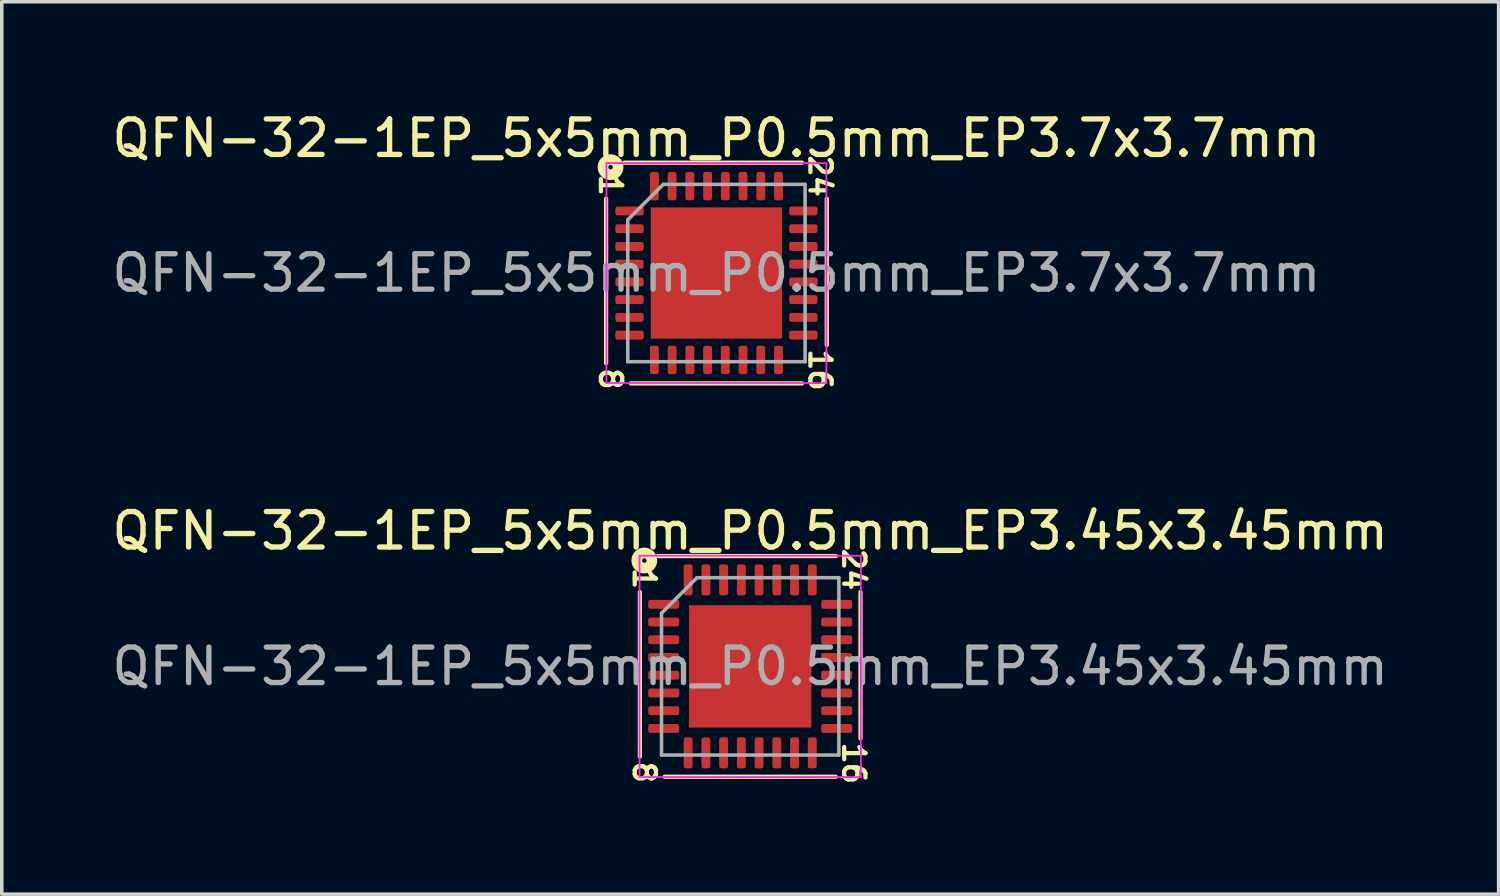
<source format=kicad_pcb>
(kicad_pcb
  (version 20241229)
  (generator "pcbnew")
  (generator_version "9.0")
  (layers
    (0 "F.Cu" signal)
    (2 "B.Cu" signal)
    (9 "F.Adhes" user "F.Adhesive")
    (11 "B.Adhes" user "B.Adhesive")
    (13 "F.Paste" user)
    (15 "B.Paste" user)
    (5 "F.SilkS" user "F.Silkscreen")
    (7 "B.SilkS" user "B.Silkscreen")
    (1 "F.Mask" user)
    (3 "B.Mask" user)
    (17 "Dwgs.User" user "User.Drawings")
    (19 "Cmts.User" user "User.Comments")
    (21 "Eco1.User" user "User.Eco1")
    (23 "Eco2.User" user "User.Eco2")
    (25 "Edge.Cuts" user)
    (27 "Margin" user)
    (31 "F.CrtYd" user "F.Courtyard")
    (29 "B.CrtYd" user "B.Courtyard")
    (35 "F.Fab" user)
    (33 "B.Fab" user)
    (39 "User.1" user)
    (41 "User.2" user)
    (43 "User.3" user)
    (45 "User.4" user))
  (footprint "QFN-32-1EP_5x5mm_P0.5mm_EP3.7x3.7mm"
    (layer "F.Cu")
    (at 17.149 4.648)
    (property "Reference" "QFN-32-1EP_5x5mm_P0.5mm_EP3.7x3.7mm" (at 0 -3.8 0) (layer "F.SilkS") (effects (font (size 1 1) (thickness 0.15))))
    (attr smd)
    (fp_line (start -3.111 -2.095) (end -3.111 2.54) (stroke (width 0.12) (type solid)) (layer "F.SilkS"))
    (fp_line (start -2.413 3.111) (end 2.413 3.111) (stroke (width 0.12) (type solid)) (layer "F.SilkS"))
    (fp_line (start 2.413 -3.111) (end -2.603 -3.111) (stroke (width 0.12) (type solid)) (layer "F.SilkS"))
    (fp_line (start 3.111 2.032) (end 3.111 -2.095) (stroke (width 0.12) (type solid)) (layer "F.SilkS"))
    (fp_circle (center -2.985 -2.985) (end -2.921 -2.985) (stroke (width 0.3) (type solid)) (fill no) (layer "F.SilkS"))
    (fp_line (start -3.1 -3.1) (end -3.1 3.1) (stroke (width 0.05) (type solid)) (layer "F.CrtYd"))
    (fp_line (start -3.1 3.1) (end 3.1 3.1) (stroke (width 0.05) (type solid)) (layer "F.CrtYd"))
    (fp_line (start 3.1 -3.1) (end -3.1 -3.1) (stroke (width 0.05) (type solid)) (layer "F.CrtYd"))
    (fp_line (start 3.1 3.1) (end 3.1 -3.1) (stroke (width 0.05) (type solid)) (layer "F.CrtYd"))
    (fp_line (start -2.5 -1.5) (end -1.5 -2.5) (stroke (width 0.1) (type solid)) (layer "F.Fab"))
    (fp_line (start -2.5 2.5) (end -2.5 -1.5) (stroke (width 0.1) (type solid)) (layer "F.Fab"))
    (fp_line (start -1.5 -2.5) (end 2.5 -2.5) (stroke (width 0.1) (type solid)) (layer "F.Fab"))
    (fp_line (start 2.5 -2.5) (end 2.5 2.5) (stroke (width 0.1) (type solid)) (layer "F.Fab"))
    (fp_line (start 2.5 2.5) (end -2.5 2.5) (stroke (width 0.1) (type solid)) (layer "F.Fab"))
    (fp_text user "8" (at -2.985 2.985 270) (unlocked yes) (layer "F.SilkS") (effects (font (size 0.6 0.6) (thickness 0.12))))
    (fp_text user "1" (at -2.985 -2.477 270) (unlocked yes) (layer "F.SilkS") (effects (font (size 0.6 0.6) (thickness 0.12))))
    (fp_text user "24" (at 2.921 -2.731 270) (unlocked yes) (layer "F.SilkS") (effects (font (size 0.6 0.6) (thickness 0.12))))
    (fp_text user "16" (at 2.921 2.731 270) (unlocked yes) (layer "F.SilkS") (effects (font (size 0.6 0.6) (thickness 0.12))))
    (fp_text user "${REFERENCE}" (at 0 0 0) (layer "F.Fab") (effects (font (size 1 1) (thickness 0.15))))
    (pad "" smd roundrect (at -0.925 -0.925) (size 1.49 1.49) (layers "F.Paste") (roundrect_rratio 0.168))
    (pad "" smd roundrect (at -0.925 0.925) (size 1.49 1.49) (layers "F.Paste") (roundrect_rratio 0.168))
    (pad "" smd roundrect (at 0.925 -0.925) (size 1.49 1.49) (layers "F.Paste") (roundrect_rratio 0.168))
    (pad "" smd roundrect (at 0.925 0.925) (size 1.49 1.49) (layers "F.Paste") (roundrect_rratio 0.168))
    (pad "1" smd roundrect (at -2.45 -1.75) (size 0.8 0.25) (layers "F.Cu" "F.Mask" "F.Paste") (roundrect_rratio 0.25))
    (pad "2" smd roundrect (at -2.45 -1.25) (size 0.8 0.25) (layers "F.Cu" "F.Mask" "F.Paste") (roundrect_rratio 0.25))
    (pad "3" smd roundrect (at -2.45 -0.75) (size 0.8 0.25) (layers "F.Cu" "F.Mask" "F.Paste") (roundrect_rratio 0.25))
    (pad "4" smd roundrect (at -2.45 -0.25) (size 0.8 0.25) (layers "F.Cu" "F.Mask" "F.Paste") (roundrect_rratio 0.25))
    (pad "5" smd roundrect (at -2.45 0.25) (size 0.8 0.25) (layers "F.Cu" "F.Mask" "F.Paste") (roundrect_rratio 0.25))
    (pad "6" smd roundrect (at -2.45 0.75) (size 0.8 0.25) (layers "F.Cu" "F.Mask" "F.Paste") (roundrect_rratio 0.25))
    (pad "7" smd roundrect (at -2.45 1.25) (size 0.8 0.25) (layers "F.Cu" "F.Mask" "F.Paste") (roundrect_rratio 0.25))
    (pad "8" smd roundrect (at -2.45 1.75) (size 0.8 0.25) (layers "F.Cu" "F.Mask" "F.Paste") (roundrect_rratio 0.25))
    (pad "9" smd roundrect (at -1.75 2.45) (size 0.25 0.8) (layers "F.Cu" "F.Mask" "F.Paste") (roundrect_rratio 0.25))
    (pad "10" smd roundrect (at -1.25 2.45) (size 0.25 0.8) (layers "F.Cu" "F.Mask" "F.Paste") (roundrect_rratio 0.25))
    (pad "11" smd roundrect (at -0.75 2.45) (size 0.25 0.8) (layers "F.Cu" "F.Mask" "F.Paste") (roundrect_rratio 0.25))
    (pad "12" smd roundrect (at -0.25 2.45) (size 0.25 0.8) (layers "F.Cu" "F.Mask" "F.Paste") (roundrect_rratio 0.25))
    (pad "13" smd roundrect (at 0.25 2.45) (size 0.25 0.8) (layers "F.Cu" "F.Mask" "F.Paste") (roundrect_rratio 0.25))
    (pad "14" smd roundrect (at 0.75 2.45) (size 0.25 0.8) (layers "F.Cu" "F.Mask" "F.Paste") (roundrect_rratio 0.25))
    (pad "15" smd roundrect (at 1.25 2.45) (size 0.25 0.8) (layers "F.Cu" "F.Mask" "F.Paste") (roundrect_rratio 0.25))
    (pad "16" smd roundrect (at 1.75 2.45) (size 0.25 0.8) (layers "F.Cu" "F.Mask" "F.Paste") (roundrect_rratio 0.25))
    (pad "17" smd roundrect (at 2.45 1.75) (size 0.8 0.25) (layers "F.Cu" "F.Mask" "F.Paste") (roundrect_rratio 0.25))
    (pad "18" smd roundrect (at 2.45 1.25) (size 0.8 0.25) (layers "F.Cu" "F.Mask" "F.Paste") (roundrect_rratio 0.25))
    (pad "19" smd roundrect (at 2.45 0.75) (size 0.8 0.25) (layers "F.Cu" "F.Mask" "F.Paste") (roundrect_rratio 0.25))
    (pad "20" smd roundrect (at 2.45 0.25) (size 0.8 0.25) (layers "F.Cu" "F.Mask" "F.Paste") (roundrect_rratio 0.25))
    (pad "21" smd roundrect (at 2.45 -0.25) (size 0.8 0.25) (layers "F.Cu" "F.Mask" "F.Paste") (roundrect_rratio 0.25))
    (pad "22" smd roundrect (at 2.45 -0.75) (size 0.8 0.25) (layers "F.Cu" "F.Mask" "F.Paste") (roundrect_rratio 0.25))
    (pad "23" smd roundrect (at 2.45 -1.25) (size 0.8 0.25) (layers "F.Cu" "F.Mask" "F.Paste") (roundrect_rratio 0.25))
    (pad "24" smd roundrect (at 2.45 -1.75) (size 0.8 0.25) (layers "F.Cu" "F.Mask" "F.Paste") (roundrect_rratio 0.25))
    (pad "25" smd roundrect (at 1.75 -2.45) (size 0.25 0.8) (layers "F.Cu" "F.Mask" "F.Paste") (roundrect_rratio 0.25))
    (pad "26" smd roundrect (at 1.25 -2.45) (size 0.25 0.8) (layers "F.Cu" "F.Mask" "F.Paste") (roundrect_rratio 0.25))
    (pad "27" smd roundrect (at 0.75 -2.45) (size 0.25 0.8) (layers "F.Cu" "F.Mask" "F.Paste") (roundrect_rratio 0.25))
    (pad "28" smd roundrect (at 0.25 -2.45) (size 0.25 0.8) (layers "F.Cu" "F.Mask" "F.Paste") (roundrect_rratio 0.25))
    (pad "29" smd roundrect (at -0.25 -2.45) (size 0.25 0.8) (layers "F.Cu" "F.Mask" "F.Paste") (roundrect_rratio 0.25))
    (pad "30" smd roundrect (at -0.75 -2.45) (size 0.25 0.8) (layers "F.Cu" "F.Mask" "F.Paste") (roundrect_rratio 0.25))
    (pad "31" smd roundrect (at -1.25 -2.45) (size 0.25 0.8) (layers "F.Cu" "F.Mask" "F.Paste") (roundrect_rratio 0.25))
    (pad "32" smd roundrect (at -1.75 -2.45) (size 0.25 0.8) (layers "F.Cu" "F.Mask" "F.Paste") (roundrect_rratio 0.25))
    (pad "33" smd rect (at 0 0) (size 3.7 3.7) (layers "F.Cu" "F.Mask")))
  (footprint "QFN-32-1EP_5x5mm_P0.5mm_EP3.45x3.45mm"
    (layer "F.Cu")
    (at 18.101 15.738)
    (property "Reference" "QFN-32-1EP_5x5mm_P0.5mm_EP3.45x3.45mm" (at 0 -3.82 0) (layer "F.SilkS") (effects (font (size 1 1) (thickness 0.15))))
    (attr smd)
    (fp_line (start -3.111 -2.095) (end -3.111 2.54) (stroke (width 0.12) (type solid)) (layer "F.SilkS"))
    (fp_line (start -2.413 3.111) (end 2.413 3.111) (stroke (width 0.12) (type solid)) (layer "F.SilkS"))
    (fp_line (start 2.413 -3.111) (end -2.603 -3.111) (stroke (width 0.12) (type solid)) (layer "F.SilkS"))
    (fp_line (start 3.111 2.032) (end 3.111 -2.095) (stroke (width 0.12) (type solid)) (layer "F.SilkS"))
    (fp_circle (center -2.985 -2.985) (end -2.921 -2.985) (stroke (width 0.3) (type solid)) (fill no) (layer "F.SilkS"))
    (fp_line (start -3.12 -3.12) (end -3.12 3.12) (stroke (width 0.05) (type solid)) (layer "F.CrtYd"))
    (fp_line (start -3.12 3.12) (end 3.12 3.12) (stroke (width 0.05) (type solid)) (layer "F.CrtYd"))
    (fp_line (start 3.12 -3.12) (end -3.12 -3.12) (stroke (width 0.05) (type solid)) (layer "F.CrtYd"))
    (fp_line (start 3.12 3.12) (end 3.12 -3.12) (stroke (width 0.05) (type solid)) (layer "F.CrtYd"))
    (fp_line (start -2.5 -1.5) (end -1.5 -2.5) (stroke (width 0.1) (type solid)) (layer "F.Fab"))
    (fp_line (start -2.5 2.5) (end -2.5 -1.5) (stroke (width 0.1) (type solid)) (layer "F.Fab"))
    (fp_line (start -1.5 -2.5) (end 2.5 -2.5) (stroke (width 0.1) (type solid)) (layer "F.Fab"))
    (fp_line (start 2.5 -2.5) (end 2.5 2.5) (stroke (width 0.1) (type solid)) (layer "F.Fab"))
    (fp_line (start 2.5 2.5) (end -2.5 2.5) (stroke (width 0.1) (type solid)) (layer "F.Fab"))
    (fp_text user "8" (at -2.985 2.985 270) (unlocked yes) (layer "F.SilkS") (effects (font (size 0.6 0.6) (thickness 0.12))))
    (fp_text user "16" (at 2.921 2.731 270) (unlocked yes) (layer "F.SilkS") (effects (font (size 0.6 0.6) (thickness 0.12))))
    (fp_text user "1" (at -2.985 -2.477 270) (unlocked yes) (layer "F.SilkS") (effects (font (size 0.6 0.6) (thickness 0.12))))
    (fp_text user "24" (at 2.921 -2.731 270) (unlocked yes) (layer "F.SilkS") (effects (font (size 0.6 0.6) (thickness 0.12))))
    (fp_text user "${REFERENCE}" (at 0 0 0) (layer "F.Fab") (effects (font (size 1 1) (thickness 0.15))))
    (pad "" smd roundrect (at -1.15 -1.15) (size 0.93 0.93) (layers "F.Paste") (roundrect_rratio 0.25))
    (pad "" smd roundrect (at -1.15 0) (size 0.93 0.93) (layers "F.Paste") (roundrect_rratio 0.25))
    (pad "" smd roundrect (at -1.15 1.15) (size 0.93 0.93) (layers "F.Paste") (roundrect_rratio 0.25))
    (pad "" smd roundrect (at 0 -1.15) (size 0.93 0.93) (layers "F.Paste") (roundrect_rratio 0.25))
    (pad "" smd roundrect (at 0 0) (size 0.93 0.93) (layers "F.Paste") (roundrect_rratio 0.25))
    (pad "" smd roundrect (at 0 1.15) (size 0.93 0.93) (layers "F.Paste") (roundrect_rratio 0.25))
    (pad "" smd roundrect (at 1.15 -1.15) (size 0.93 0.93) (layers "F.Paste") (roundrect_rratio 0.25))
    (pad "" smd roundrect (at 1.15 0) (size 0.93 0.93) (layers "F.Paste") (roundrect_rratio 0.25))
    (pad "" smd roundrect (at 1.15 1.15) (size 0.93 0.93) (layers "F.Paste") (roundrect_rratio 0.25))
    (pad "1" smd roundrect (at -2.438 -1.75) (size 0.875 0.25) (layers "F.Cu" "F.Mask" "F.Paste") (roundrect_rratio 0.25))
    (pad "2" smd roundrect (at -2.438 -1.25) (size 0.875 0.25) (layers "F.Cu" "F.Mask" "F.Paste") (roundrect_rratio 0.25))
    (pad "3" smd roundrect (at -2.438 -0.75) (size 0.875 0.25) (layers "F.Cu" "F.Mask" "F.Paste") (roundrect_rratio 0.25))
    (pad "4" smd roundrect (at -2.438 -0.25) (size 0.875 0.25) (layers "F.Cu" "F.Mask" "F.Paste") (roundrect_rratio 0.25))
    (pad "5" smd roundrect (at -2.438 0.25) (size 0.875 0.25) (layers "F.Cu" "F.Mask" "F.Paste") (roundrect_rratio 0.25))
    (pad "6" smd roundrect (at -2.438 0.75) (size 0.875 0.25) (layers "F.Cu" "F.Mask" "F.Paste") (roundrect_rratio 0.25))
    (pad "7" smd roundrect (at -2.438 1.25) (size 0.875 0.25) (layers "F.Cu" "F.Mask" "F.Paste") (roundrect_rratio 0.25))
    (pad "8" smd roundrect (at -2.438 1.75) (size 0.875 0.25) (layers "F.Cu" "F.Mask" "F.Paste") (roundrect_rratio 0.25))
    (pad "9" smd roundrect (at -1.75 2.438) (size 0.25 0.875) (layers "F.Cu" "F.Mask" "F.Paste") (roundrect_rratio 0.25))
    (pad "10" smd roundrect (at -1.25 2.438) (size 0.25 0.875) (layers "F.Cu" "F.Mask" "F.Paste") (roundrect_rratio 0.25))
    (pad "11" smd roundrect (at -0.75 2.438) (size 0.25 0.875) (layers "F.Cu" "F.Mask" "F.Paste") (roundrect_rratio 0.25))
    (pad "12" smd roundrect (at -0.25 2.438) (size 0.25 0.875) (layers "F.Cu" "F.Mask" "F.Paste") (roundrect_rratio 0.25))
    (pad "13" smd roundrect (at 0.25 2.438) (size 0.25 0.875) (layers "F.Cu" "F.Mask" "F.Paste") (roundrect_rratio 0.25))
    (pad "14" smd roundrect (at 0.75 2.438) (size 0.25 0.875) (layers "F.Cu" "F.Mask" "F.Paste") (roundrect_rratio 0.25))
    (pad "15" smd roundrect (at 1.25 2.438) (size 0.25 0.875) (layers "F.Cu" "F.Mask" "F.Paste") (roundrect_rratio 0.25))
    (pad "16" smd roundrect (at 1.75 2.438) (size 0.25 0.875) (layers "F.Cu" "F.Mask" "F.Paste") (roundrect_rratio 0.25))
    (pad "17" smd roundrect (at 2.438 1.75) (size 0.875 0.25) (layers "F.Cu" "F.Mask" "F.Paste") (roundrect_rratio 0.25))
    (pad "18" smd roundrect (at 2.438 1.25) (size 0.875 0.25) (layers "F.Cu" "F.Mask" "F.Paste") (roundrect_rratio 0.25))
    (pad "19" smd roundrect (at 2.438 0.75) (size 0.875 0.25) (layers "F.Cu" "F.Mask" "F.Paste") (roundrect_rratio 0.25))
    (pad "20" smd roundrect (at 2.438 0.25) (size 0.875 0.25) (layers "F.Cu" "F.Mask" "F.Paste") (roundrect_rratio 0.25))
    (pad "21" smd roundrect (at 2.438 -0.25) (size 0.875 0.25) (layers "F.Cu" "F.Mask" "F.Paste") (roundrect_rratio 0.25))
    (pad "22" smd roundrect (at 2.438 -0.75) (size 0.875 0.25) (layers "F.Cu" "F.Mask" "F.Paste") (roundrect_rratio 0.25))
    (pad "23" smd roundrect (at 2.438 -1.25) (size 0.875 0.25) (layers "F.Cu" "F.Mask" "F.Paste") (roundrect_rratio 0.25))
    (pad "24" smd roundrect (at 2.438 -1.75) (size 0.875 0.25) (layers "F.Cu" "F.Mask" "F.Paste") (roundrect_rratio 0.25))
    (pad "25" smd roundrect (at 1.75 -2.438) (size 0.25 0.875) (layers "F.Cu" "F.Mask" "F.Paste") (roundrect_rratio 0.25))
    (pad "26" smd roundrect (at 1.25 -2.438) (size 0.25 0.875) (layers "F.Cu" "F.Mask" "F.Paste") (roundrect_rratio 0.25))
    (pad "27" smd roundrect (at 0.75 -2.438) (size 0.25 0.875) (layers "F.Cu" "F.Mask" "F.Paste") (roundrect_rratio 0.25))
    (pad "28" smd roundrect (at 0.25 -2.438) (size 0.25 0.875) (layers "F.Cu" "F.Mask" "F.Paste") (roundrect_rratio 0.25))
    (pad "29" smd roundrect (at -0.25 -2.438) (size 0.25 0.875) (layers "F.Cu" "F.Mask" "F.Paste") (roundrect_rratio 0.25))
    (pad "30" smd roundrect (at -0.75 -2.438) (size 0.25 0.875) (layers "F.Cu" "F.Mask" "F.Paste") (roundrect_rratio 0.25))
    (pad "31" smd roundrect (at -1.25 -2.438) (size 0.25 0.875) (layers "F.Cu" "F.Mask" "F.Paste") (roundrect_rratio 0.25))
    (pad "32" smd roundrect (at -1.75 -2.438) (size 0.25 0.875) (layers "F.Cu" "F.Mask" "F.Paste") (roundrect_rratio 0.25))
    (pad "33" smd rect (at 0 0) (size 3.45 3.45) (layers "F.Cu" "F.Mask")))
  (gr_rect
    (start -3 -3)
    (end 39.202 22.16)
    (stroke (width 0.1) (type default))
    (fill no)
    (layer "Edge.Cuts")))
</source>
